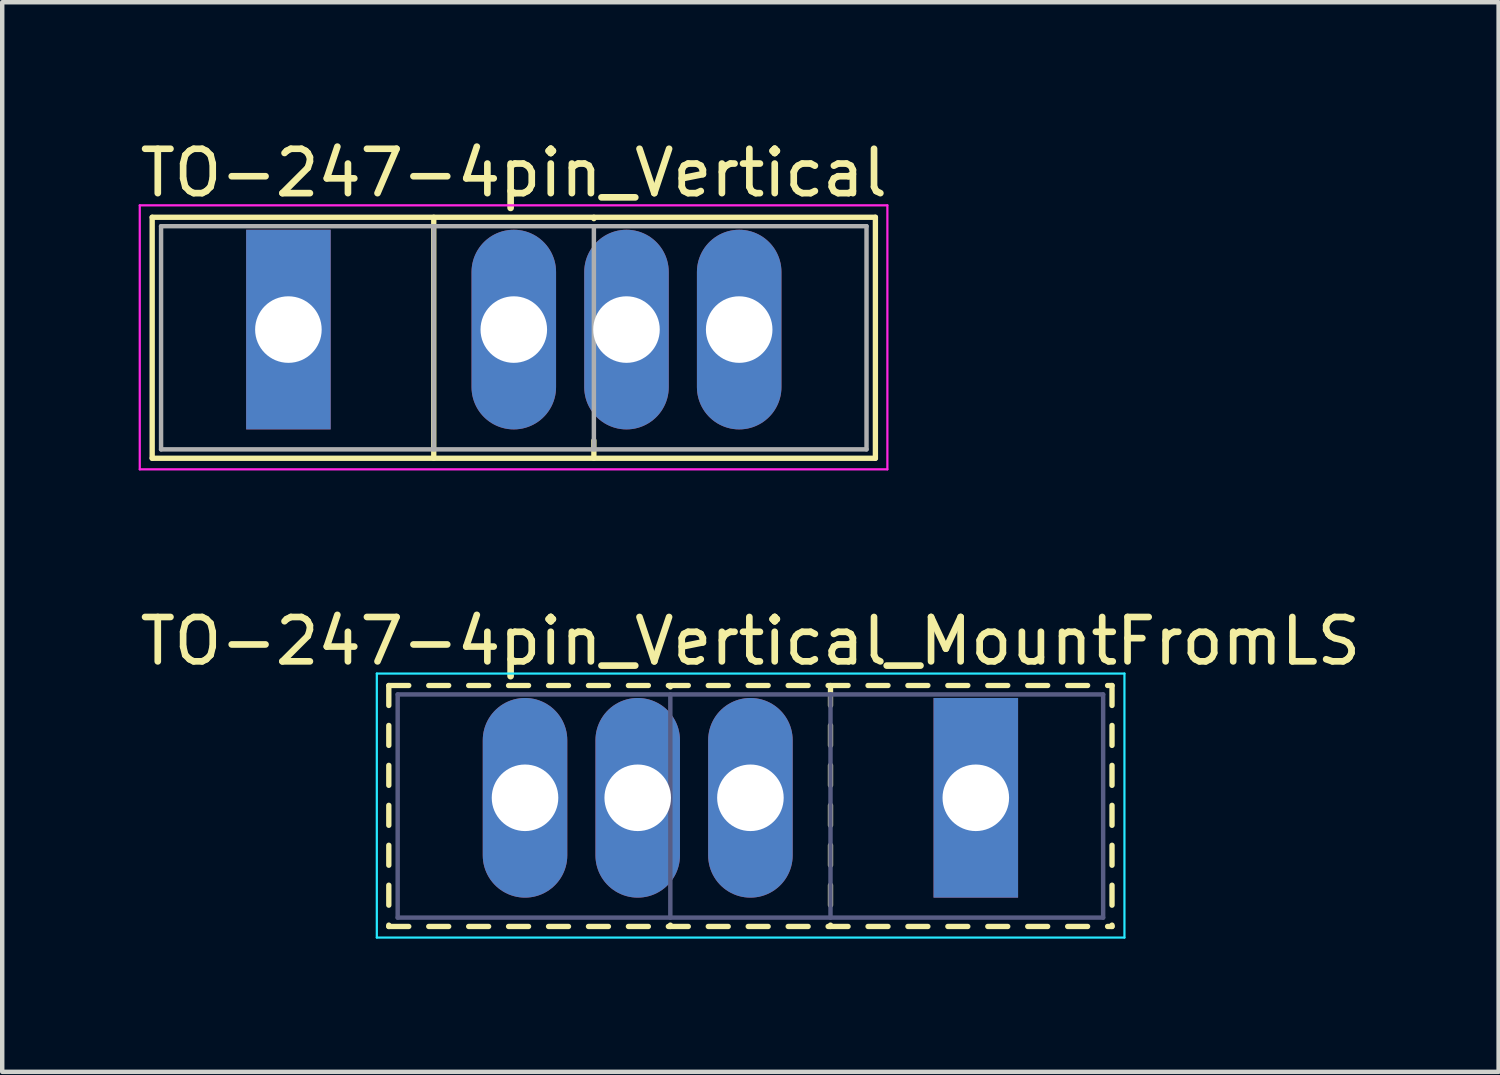
<source format=kicad_pcb>
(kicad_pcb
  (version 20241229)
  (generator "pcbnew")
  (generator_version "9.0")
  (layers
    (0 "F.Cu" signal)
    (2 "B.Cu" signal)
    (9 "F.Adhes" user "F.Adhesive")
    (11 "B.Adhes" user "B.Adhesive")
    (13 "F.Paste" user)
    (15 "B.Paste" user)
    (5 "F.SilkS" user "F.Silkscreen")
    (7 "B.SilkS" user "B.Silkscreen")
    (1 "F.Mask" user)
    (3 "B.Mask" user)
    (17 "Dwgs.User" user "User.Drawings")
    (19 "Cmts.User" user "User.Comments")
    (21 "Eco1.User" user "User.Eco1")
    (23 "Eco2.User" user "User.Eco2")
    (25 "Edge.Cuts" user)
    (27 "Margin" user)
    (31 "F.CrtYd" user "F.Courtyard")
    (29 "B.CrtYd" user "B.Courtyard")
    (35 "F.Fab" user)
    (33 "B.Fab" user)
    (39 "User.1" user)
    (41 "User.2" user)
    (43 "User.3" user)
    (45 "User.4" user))
  (footprint "TO-247-4pin_Vertical_MountFromLS"
    (layer "F.Cu")
    (at 18.943 14.931)
    (property "Reference" "TO-247-4pin_Vertical_MountFromLS" (at -5.08 -3.53 0) (layer "F.SilkS") (effects (font (size 1 1) (thickness 0.15))))
    (attr through_hole)
    (fp_line (start -13.23 -2.531) (end -13.23 -2.081) (stroke (width 0.12) (type solid)) (layer "F.SilkS"))
    (fp_line (start -13.23 -2.531) (end -12.78 -2.531) (stroke (width 0.12) (type solid)) (layer "F.SilkS"))
    (fp_line (start -13.23 -1.631) (end -13.23 -1.181) (stroke (width 0.12) (type solid)) (layer "F.SilkS"))
    (fp_line (start -13.23 -0.731) (end -13.23 -0.281) (stroke (width 0.12) (type solid)) (layer "F.SilkS"))
    (fp_line (start -13.23 0.17) (end -13.23 0.62) (stroke (width 0.12) (type solid)) (layer "F.SilkS"))
    (fp_line (start -13.23 1.07) (end -13.23 1.52) (stroke (width 0.12) (type solid)) (layer "F.SilkS"))
    (fp_line (start -13.23 1.97) (end -13.23 2.42) (stroke (width 0.12) (type solid)) (layer "F.SilkS"))
    (fp_line (start -13.23 2.87) (end -13.23 2.9) (stroke (width 0.12) (type solid)) (layer "F.SilkS"))
    (fp_line (start -13.23 2.9) (end -12.78 2.9) (stroke (width 0.12) (type solid)) (layer "F.SilkS"))
    (fp_line (start -12.33 -2.531) (end -11.88 -2.531) (stroke (width 0.12) (type solid)) (layer "F.SilkS"))
    (fp_line (start -12.33 2.9) (end -11.88 2.9) (stroke (width 0.12) (type solid)) (layer "F.SilkS"))
    (fp_line (start -11.43 -2.531) (end -10.98 -2.531) (stroke (width 0.12) (type solid)) (layer "F.SilkS"))
    (fp_line (start -11.43 2.9) (end -10.98 2.9) (stroke (width 0.12) (type solid)) (layer "F.SilkS"))
    (fp_line (start -10.531 -2.531) (end -10.08 -2.531) (stroke (width 0.12) (type solid)) (layer "F.SilkS"))
    (fp_line (start -10.531 2.9) (end -10.08 2.9) (stroke (width 0.12) (type solid)) (layer "F.SilkS"))
    (fp_line (start -9.63 -2.531) (end -9.18 -2.531) (stroke (width 0.12) (type solid)) (layer "F.SilkS"))
    (fp_line (start -9.63 2.9) (end -9.18 2.9) (stroke (width 0.12) (type solid)) (layer "F.SilkS"))
    (fp_line (start -8.73 -2.531) (end -8.28 -2.531) (stroke (width 0.12) (type solid)) (layer "F.SilkS"))
    (fp_line (start -8.73 2.9) (end -8.28 2.9) (stroke (width 0.12) (type solid)) (layer "F.SilkS"))
    (fp_line (start -7.83 -2.531) (end -7.38 -2.531) (stroke (width 0.12) (type solid)) (layer "F.SilkS"))
    (fp_line (start -7.83 2.9) (end -7.38 2.9) (stroke (width 0.12) (type solid)) (layer "F.SilkS"))
    (fp_line (start -6.93 -2.531) (end -6.48 -2.531) (stroke (width 0.12) (type solid)) (layer "F.SilkS"))
    (fp_line (start -6.93 2.9) (end -6.48 2.9) (stroke (width 0.12) (type solid)) (layer "F.SilkS"))
    (fp_line (start -6.884 -2.531) (end -6.884 -2.5) (stroke (width 0.12) (type solid)) (layer "F.SilkS"))
    (fp_line (start -6.884 2.87) (end -6.884 2.9) (stroke (width 0.12) (type solid)) (layer "F.SilkS"))
    (fp_line (start -6.03 -2.531) (end -5.58 -2.531) (stroke (width 0.12) (type solid)) (layer "F.SilkS"))
    (fp_line (start -6.03 2.9) (end -5.58 2.9) (stroke (width 0.12) (type solid)) (layer "F.SilkS"))
    (fp_line (start -5.13 -2.531) (end -4.68 -2.531) (stroke (width 0.12) (type solid)) (layer "F.SilkS"))
    (fp_line (start -5.13 2.9) (end -4.68 2.9) (stroke (width 0.12) (type solid)) (layer "F.SilkS"))
    (fp_line (start -4.229 -2.531) (end -3.779 -2.531) (stroke (width 0.12) (type solid)) (layer "F.SilkS"))
    (fp_line (start -4.229 2.9) (end -3.779 2.9) (stroke (width 0.12) (type solid)) (layer "F.SilkS"))
    (fp_line (start -3.329 -2.531) (end -2.879 -2.531) (stroke (width 0.12) (type solid)) (layer "F.SilkS"))
    (fp_line (start -3.329 2.9) (end -2.879 2.9) (stroke (width 0.12) (type solid)) (layer "F.SilkS"))
    (fp_line (start -3.275 -2.531) (end -3.275 -2.081) (stroke (width 0.12) (type solid)) (layer "F.SilkS"))
    (fp_line (start -3.275 -1.631) (end -3.275 -1.181) (stroke (width 0.12) (type solid)) (layer "F.SilkS"))
    (fp_line (start -3.275 -0.731) (end -3.275 -0.281) (stroke (width 0.12) (type solid)) (layer "F.SilkS"))
    (fp_line (start -3.275 0.17) (end -3.275 0.62) (stroke (width 0.12) (type solid)) (layer "F.SilkS"))
    (fp_line (start -3.275 1.07) (end -3.275 1.52) (stroke (width 0.12) (type solid)) (layer "F.SilkS"))
    (fp_line (start -3.275 1.97) (end -3.275 2.42) (stroke (width 0.12) (type solid)) (layer "F.SilkS"))
    (fp_line (start -3.275 2.87) (end -3.275 2.9) (stroke (width 0.12) (type solid)) (layer "F.SilkS"))
    (fp_line (start -2.429 -2.531) (end -1.979 -2.531) (stroke (width 0.12) (type solid)) (layer "F.SilkS"))
    (fp_line (start -2.429 2.9) (end -1.979 2.9) (stroke (width 0.12) (type solid)) (layer "F.SilkS"))
    (fp_line (start -1.53 -2.531) (end -1.08 -2.531) (stroke (width 0.12) (type solid)) (layer "F.SilkS"))
    (fp_line (start -1.53 2.9) (end -1.08 2.9) (stroke (width 0.12) (type solid)) (layer "F.SilkS"))
    (fp_line (start -0.63 -2.531) (end -0.18 -2.531) (stroke (width 0.12) (type solid)) (layer "F.SilkS"))
    (fp_line (start -0.63 2.9) (end -0.18 2.9) (stroke (width 0.12) (type solid)) (layer "F.SilkS"))
    (fp_line (start 0.27 -2.531) (end 0.72 -2.531) (stroke (width 0.12) (type solid)) (layer "F.SilkS"))
    (fp_line (start 0.27 2.9) (end 0.72 2.9) (stroke (width 0.12) (type solid)) (layer "F.SilkS"))
    (fp_line (start 1.17 -2.531) (end 1.62 -2.531) (stroke (width 0.12) (type solid)) (layer "F.SilkS"))
    (fp_line (start 1.17 2.9) (end 1.62 2.9) (stroke (width 0.12) (type solid)) (layer "F.SilkS"))
    (fp_line (start 2.07 -2.531) (end 2.52 -2.531) (stroke (width 0.12) (type solid)) (layer "F.SilkS"))
    (fp_line (start 2.07 2.9) (end 2.52 2.9) (stroke (width 0.12) (type solid)) (layer "F.SilkS"))
    (fp_line (start 2.97 -2.531) (end 3.07 -2.531) (stroke (width 0.12) (type solid)) (layer "F.SilkS"))
    (fp_line (start 2.97 2.9) (end 3.07 2.9) (stroke (width 0.12) (type solid)) (layer "F.SilkS"))
    (fp_line (start 3.07 -2.531) (end 3.07 -2.081) (stroke (width 0.12) (type solid)) (layer "F.SilkS"))
    (fp_line (start 3.07 -1.631) (end 3.07 -1.181) (stroke (width 0.12) (type solid)) (layer "F.SilkS"))
    (fp_line (start 3.07 -0.731) (end 3.07 -0.281) (stroke (width 0.12) (type solid)) (layer "F.SilkS"))
    (fp_line (start 3.07 0.17) (end 3.07 0.62) (stroke (width 0.12) (type solid)) (layer "F.SilkS"))
    (fp_line (start 3.07 1.07) (end 3.07 1.52) (stroke (width 0.12) (type solid)) (layer "F.SilkS"))
    (fp_line (start 3.07 1.97) (end 3.07 2.42) (stroke (width 0.12) (type solid)) (layer "F.SilkS"))
    (fp_line (start 3.07 2.87) (end 3.07 2.9) (stroke (width 0.12) (type solid)) (layer "F.SilkS"))
    (fp_line (start -13.5 -2.8) (end -13.5 3.15) (stroke (width 0.05) (type solid)) (layer "B.CrtYd"))
    (fp_line (start -13.5 3.15) (end 3.35 3.15) (stroke (width 0.05) (type solid)) (layer "B.CrtYd"))
    (fp_line (start 3.35 -2.8) (end -13.5 -2.8) (stroke (width 0.05) (type solid)) (layer "B.CrtYd"))
    (fp_line (start 3.35 3.15) (end 3.35 -2.8) (stroke (width 0.05) (type solid)) (layer "B.CrtYd"))
    (fp_line (start -13.03 -2.33) (end -13.03 2.7) (stroke (width 0.1) (type solid)) (layer "B.Fab"))
    (fp_line (start -13.03 2.7) (end 2.87 2.7) (stroke (width 0.1) (type solid)) (layer "B.Fab"))
    (fp_line (start -6.885 -2.33) (end -6.885 2.7) (stroke (width 0.1) (type solid)) (layer "B.Fab"))
    (fp_line (start -3.275 -2.33) (end -3.275 2.7) (stroke (width 0.1) (type solid)) (layer "B.Fab"))
    (fp_line (start 2.87 -2.33) (end -13.03 -2.33) (stroke (width 0.1) (type solid)) (layer "B.Fab"))
    (fp_line (start 2.87 2.7) (end 2.87 -2.33) (stroke (width 0.1) (type solid)) (layer "B.Fab"))
    (pad "1" thru_hole rect (at 0 0) (size 1.905 4.5) (drill 1.5) (layers "*.Cu" "*.Mask"))
    (pad "2" thru_hole oval (at -5.08 0) (size 1.905 4.5) (drill 1.5) (layers "*.Cu" "*.Mask"))
    (pad "3" thru_hole oval (at -7.62 0) (size 1.905 4.5) (drill 1.5) (layers "*.Cu" "*.Mask"))
    (pad "4" thru_hole oval (at -10.16 0) (size 1.905 4.5) (drill 1.5) (layers "*.Cu" "*.Mask")))
  (footprint "TO-247-4pin_Vertical"
    (layer "F.Cu")
    (at 3.45 4.378)
    (property "Reference" "TO-247-4pin_Vertical" (at 5.08 -3.53 0) (layer "F.SilkS") (effects (font (size 1 1) (thickness 0.15))))
    (attr through_hole)
    (fp_line (start -3.07 -2.531) (end -3.07 2.9) (stroke (width 0.12) (type solid)) (layer "F.SilkS"))
    (fp_line (start -3.07 -2.531) (end 13.23 -2.531) (stroke (width 0.12) (type solid)) (layer "F.SilkS"))
    (fp_line (start -3.07 2.9) (end 13.23 2.9) (stroke (width 0.12) (type solid)) (layer "F.SilkS"))
    (fp_line (start 3.276 -2.531) (end 3.276 2.9) (stroke (width 0.12) (type solid)) (layer "F.SilkS"))
    (fp_line (start 6.885 -2.531) (end 6.885 -2.5) (stroke (width 0.12) (type solid)) (layer "F.SilkS"))
    (fp_line (start 6.885 2.5) (end 6.885 2.9) (stroke (width 0.12) (type solid)) (layer "F.SilkS"))
    (fp_line (start 13.23 -2.531) (end 13.23 2.9) (stroke (width 0.12) (type solid)) (layer "F.SilkS"))
    (fp_line (start -3.35 -2.8) (end -3.35 3.15) (stroke (width 0.05) (type solid)) (layer "F.CrtYd"))
    (fp_line (start -3.35 3.15) (end 13.5 3.15) (stroke (width 0.05) (type solid)) (layer "F.CrtYd"))
    (fp_line (start 13.5 -2.8) (end -3.35 -2.8) (stroke (width 0.05) (type solid)) (layer "F.CrtYd"))
    (fp_line (start 13.5 3.15) (end 13.5 -2.8) (stroke (width 0.05) (type solid)) (layer "F.CrtYd"))
    (fp_line (start -2.87 -2.33) (end -2.87 2.7) (stroke (width 0.1) (type solid)) (layer "F.Fab"))
    (fp_line (start -2.87 2.7) (end 13.03 2.7) (stroke (width 0.1) (type solid)) (layer "F.Fab"))
    (fp_line (start 3.275 -2.33) (end 3.275 2.7) (stroke (width 0.1) (type solid)) (layer "F.Fab"))
    (fp_line (start 6.885 -2.33) (end 6.885 2.7) (stroke (width 0.1) (type solid)) (layer "F.Fab"))
    (fp_line (start 13.03 -2.33) (end -2.87 -2.33) (stroke (width 0.1) (type solid)) (layer "F.Fab"))
    (fp_line (start 13.03 2.7) (end 13.03 -2.33) (stroke (width 0.1) (type solid)) (layer "F.Fab"))
    (pad "1" thru_hole rect (at 0 0) (size 1.905 4.5) (drill 1.5) (layers "*.Cu" "*.Mask"))
    (pad "2" thru_hole oval (at 5.08 0) (size 1.905 4.5) (drill 1.5) (layers "*.Cu" "*.Mask"))
    (pad "3" thru_hole oval (at 7.62 0) (size 1.905 4.5) (drill 1.5) (layers "*.Cu" "*.Mask"))
    (pad "4" thru_hole oval (at 10.16 0) (size 1.905 4.5) (drill 1.5) (layers "*.Cu" "*.Mask")))
  (gr_rect
    (start -3 -3)
    (end 30.726 21.107)
    (stroke (width 0.1) (type default))
    (fill no)
    (layer "Edge.Cuts")))
</source>
